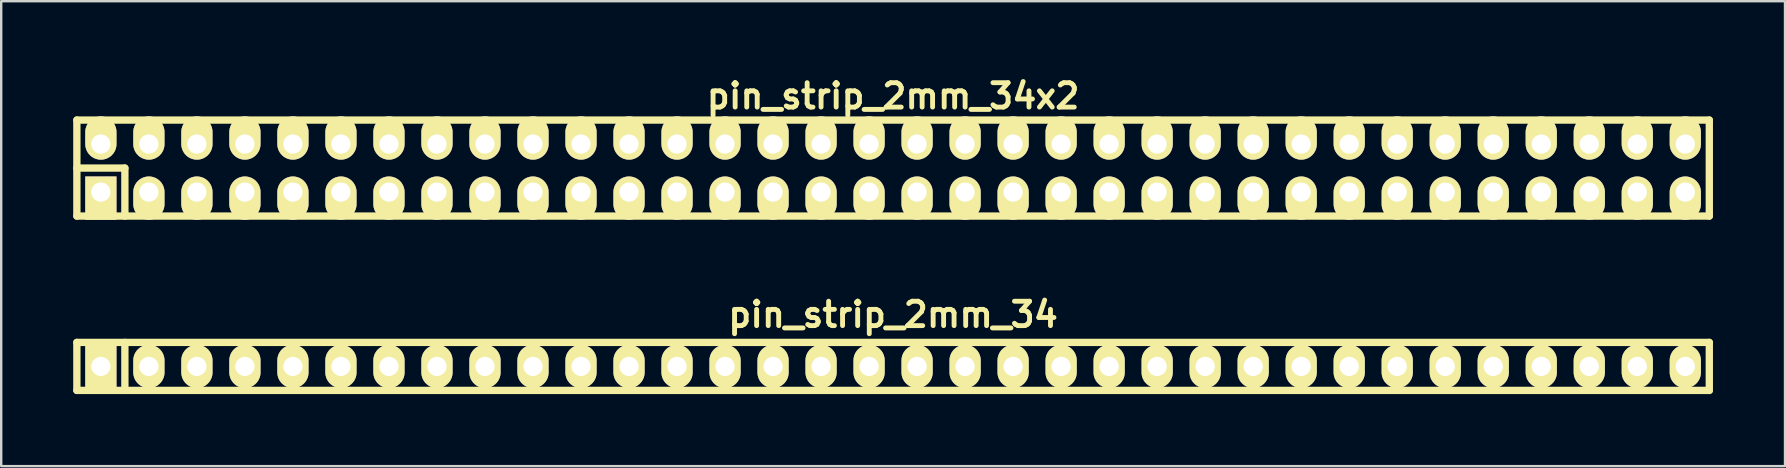
<source format=kicad_pcb>
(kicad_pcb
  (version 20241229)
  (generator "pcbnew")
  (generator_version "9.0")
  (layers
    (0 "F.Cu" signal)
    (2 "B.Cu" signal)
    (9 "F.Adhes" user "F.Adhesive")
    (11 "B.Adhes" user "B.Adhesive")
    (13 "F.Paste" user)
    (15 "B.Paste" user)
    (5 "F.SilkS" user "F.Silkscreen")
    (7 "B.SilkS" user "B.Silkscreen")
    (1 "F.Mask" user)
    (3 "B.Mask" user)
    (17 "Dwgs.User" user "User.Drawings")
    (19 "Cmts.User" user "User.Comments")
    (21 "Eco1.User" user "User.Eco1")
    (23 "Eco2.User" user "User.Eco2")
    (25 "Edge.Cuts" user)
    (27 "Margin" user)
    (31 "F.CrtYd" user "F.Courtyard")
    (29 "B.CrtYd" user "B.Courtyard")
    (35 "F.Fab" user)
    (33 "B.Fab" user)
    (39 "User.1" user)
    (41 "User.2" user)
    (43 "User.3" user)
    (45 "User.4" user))
  (footprint "pin_strip_2mm_34x2"
    (layer "F.Cu")
    (at 34.152 3.951)
    (property "Reference" "pin_strip_2mm_34x2" (at 0 -3 0) (layer "F.SilkS") (effects (font (size 1.016 1.016) (thickness 0.203))))
    (attr through_hole)
    (fp_line (start -34 -2) (end 34 -2) (stroke (width 0.305) (type solid)) (layer "F.SilkS"))
    (fp_line (start -34 0) (end -32 0) (stroke (width 0.305) (type solid)) (layer "F.SilkS"))
    (fp_line (start -34 2) (end -34 -2) (stroke (width 0.305) (type solid)) (layer "F.SilkS"))
    (fp_line (start -32 0) (end -32 2) (stroke (width 0.305) (type solid)) (layer "F.SilkS"))
    (fp_line (start 34 -2) (end 34 2) (stroke (width 0.305) (type solid)) (layer "F.SilkS"))
    (fp_line (start 34 2) (end -34 2) (stroke (width 0.305) (type solid)) (layer "F.SilkS"))
    (pad "1" thru_hole rect (at -33 1) (size 1.3 1.8) (drill 0.8 (offset 0 0.25)) (layers "*.Cu" "*.Mask" "F.SilkS"))
    (pad "2" thru_hole oval (at -33 -1) (size 1.3 1.8) (drill 0.8 (offset 0 -0.25)) (layers "*.Cu" "*.Mask" "F.SilkS"))
    (pad "3" thru_hole oval (at -31 1) (size 1.3 1.8) (drill 0.8 (offset 0 0.25)) (layers "*.Cu" "*.Mask" "F.SilkS"))
    (pad "4" thru_hole oval (at -31 -1) (size 1.3 1.8) (drill 0.8 (offset 0 -0.25)) (layers "*.Cu" "*.Mask" "F.SilkS"))
    (pad "5" thru_hole oval (at -29 1) (size 1.3 1.8) (drill 0.8 (offset 0 0.25)) (layers "*.Cu" "*.Mask" "F.SilkS"))
    (pad "6" thru_hole oval (at -29 -1) (size 1.3 1.8) (drill 0.8 (offset 0 -0.25)) (layers "*.Cu" "*.Mask" "F.SilkS"))
    (pad "7" thru_hole oval (at -27 1) (size 1.3 1.8) (drill 0.8 (offset 0 0.25)) (layers "*.Cu" "*.Mask" "F.SilkS"))
    (pad "8" thru_hole oval (at -27 -1) (size 1.3 1.8) (drill 0.8 (offset 0 -0.25)) (layers "*.Cu" "*.Mask" "F.SilkS"))
    (pad "9" thru_hole oval (at -25 1) (size 1.3 1.8) (drill 0.8 (offset 0 0.25)) (layers "*.Cu" "*.Mask" "F.SilkS"))
    (pad "10" thru_hole oval (at -25 -1) (size 1.3 1.8) (drill 0.8 (offset 0 -0.25)) (layers "*.Cu" "*.Mask" "F.SilkS"))
    (pad "11" thru_hole oval (at -23 1) (size 1.3 1.8) (drill 0.8 (offset 0 0.25)) (layers "*.Cu" "*.Mask" "F.SilkS"))
    (pad "12" thru_hole oval (at -23 -1) (size 1.3 1.8) (drill 0.8 (offset 0 -0.25)) (layers "*.Cu" "*.Mask" "F.SilkS"))
    (pad "13" thru_hole oval (at -21 1) (size 1.3 1.8) (drill 0.8 (offset 0 0.25)) (layers "*.Cu" "*.Mask" "F.SilkS"))
    (pad "14" thru_hole oval (at -21 -1) (size 1.3 1.8) (drill 0.8 (offset 0 -0.25)) (layers "*.Cu" "*.Mask" "F.SilkS"))
    (pad "15" thru_hole oval (at -19 1) (size 1.3 1.8) (drill 0.8 (offset 0 0.25)) (layers "*.Cu" "*.Mask" "F.SilkS"))
    (pad "16" thru_hole oval (at -19 -1) (size 1.3 1.8) (drill 0.8 (offset 0 -0.25)) (layers "*.Cu" "*.Mask" "F.SilkS"))
    (pad "17" thru_hole oval (at -17 1) (size 1.3 1.8) (drill 0.8 (offset 0 0.25)) (layers "*.Cu" "*.Mask" "F.SilkS"))
    (pad "18" thru_hole oval (at -17 -1) (size 1.3 1.8) (drill 0.8 (offset 0 -0.25)) (layers "*.Cu" "*.Mask" "F.SilkS"))
    (pad "19" thru_hole oval (at -15 1) (size 1.3 1.8) (drill 0.8 (offset 0 0.25)) (layers "*.Cu" "*.Mask" "F.SilkS"))
    (pad "20" thru_hole oval (at -15 -1) (size 1.3 1.8) (drill 0.8 (offset 0 -0.25)) (layers "*.Cu" "*.Mask" "F.SilkS"))
    (pad "21" thru_hole oval (at -13 1) (size 1.3 1.8) (drill 0.8 (offset 0 0.25)) (layers "*.Cu" "*.Mask" "F.SilkS"))
    (pad "22" thru_hole oval (at -13 -1) (size 1.3 1.8) (drill 0.8 (offset 0 -0.25)) (layers "*.Cu" "*.Mask" "F.SilkS"))
    (pad "23" thru_hole oval (at -11 1) (size 1.3 1.8) (drill 0.8 (offset 0 0.25)) (layers "*.Cu" "*.Mask" "F.SilkS"))
    (pad "24" thru_hole oval (at -11 -1) (size 1.3 1.8) (drill 0.8 (offset 0 -0.25)) (layers "*.Cu" "*.Mask" "F.SilkS"))
    (pad "25" thru_hole oval (at -9 1) (size 1.3 1.8) (drill 0.8 (offset 0 0.25)) (layers "*.Cu" "*.Mask" "F.SilkS"))
    (pad "26" thru_hole oval (at -9 -1) (size 1.3 1.8) (drill 0.8 (offset 0 -0.25)) (layers "*.Cu" "*.Mask" "F.SilkS"))
    (pad "27" thru_hole oval (at -7 1) (size 1.3 1.8) (drill 0.8 (offset 0 0.25)) (layers "*.Cu" "*.Mask" "F.SilkS"))
    (pad "28" thru_hole oval (at -7 -1) (size 1.3 1.8) (drill 0.8 (offset 0 -0.25)) (layers "*.Cu" "*.Mask" "F.SilkS"))
    (pad "29" thru_hole oval (at -5 1) (size 1.3 1.8) (drill 0.8 (offset 0 0.25)) (layers "*.Cu" "*.Mask" "F.SilkS"))
    (pad "30" thru_hole oval (at -5 -1) (size 1.3 1.8) (drill 0.8 (offset 0 -0.25)) (layers "*.Cu" "*.Mask" "F.SilkS"))
    (pad "31" thru_hole oval (at -3 1) (size 1.3 1.8) (drill 0.8 (offset 0 0.25)) (layers "*.Cu" "*.Mask" "F.SilkS"))
    (pad "32" thru_hole oval (at -3 -1) (size 1.3 1.8) (drill 0.8 (offset 0 -0.25)) (layers "*.Cu" "*.Mask" "F.SilkS"))
    (pad "33" thru_hole oval (at -1 1) (size 1.3 1.8) (drill 0.8 (offset 0 0.25)) (layers "*.Cu" "*.Mask" "F.SilkS"))
    (pad "34" thru_hole oval (at -1 -1) (size 1.3 1.8) (drill 0.8 (offset 0 -0.25)) (layers "*.Cu" "*.Mask" "F.SilkS"))
    (pad "35" thru_hole oval (at 1 1) (size 1.3 1.8) (drill 0.8 (offset 0 0.25)) (layers "*.Cu" "*.Mask" "F.SilkS"))
    (pad "36" thru_hole oval (at 1 -1) (size 1.3 1.8) (drill 0.8 (offset 0 -0.25)) (layers "*.Cu" "*.Mask" "F.SilkS"))
    (pad "37" thru_hole oval (at 3 1) (size 1.3 1.8) (drill 0.8 (offset 0 0.25)) (layers "*.Cu" "*.Mask" "F.SilkS"))
    (pad "38" thru_hole oval (at 3 -1) (size 1.3 1.8) (drill 0.8 (offset 0 -0.25)) (layers "*.Cu" "*.Mask" "F.SilkS"))
    (pad "39" thru_hole oval (at 5 1) (size 1.3 1.8) (drill 0.8 (offset 0 0.25)) (layers "*.Cu" "*.Mask" "F.SilkS"))
    (pad "40" thru_hole oval (at 5 -1) (size 1.3 1.8) (drill 0.8 (offset 0 -0.25)) (layers "*.Cu" "*.Mask" "F.SilkS"))
    (pad "41" thru_hole oval (at 7 1) (size 1.3 1.8) (drill 0.8 (offset 0 0.25)) (layers "*.Cu" "*.Mask" "F.SilkS"))
    (pad "42" thru_hole oval (at 7 -1) (size 1.3 1.8) (drill 0.8 (offset 0 -0.25)) (layers "*.Cu" "*.Mask" "F.SilkS"))
    (pad "43" thru_hole oval (at 9 1) (size 1.3 1.8) (drill 0.8 (offset 0 0.25)) (layers "*.Cu" "*.Mask" "F.SilkS"))
    (pad "44" thru_hole oval (at 9 -1) (size 1.3 1.8) (drill 0.8 (offset 0 -0.25)) (layers "*.Cu" "*.Mask" "F.SilkS"))
    (pad "45" thru_hole oval (at 11 1) (size 1.3 1.8) (drill 0.8 (offset 0 0.25)) (layers "*.Cu" "*.Mask" "F.SilkS"))
    (pad "46" thru_hole oval (at 11 -1) (size 1.3 1.8) (drill 0.8 (offset 0 -0.25)) (layers "*.Cu" "*.Mask" "F.SilkS"))
    (pad "47" thru_hole oval (at 13 1) (size 1.3 1.8) (drill 0.8 (offset 0 0.25)) (layers "*.Cu" "*.Mask" "F.SilkS"))
    (pad "48" thru_hole oval (at 13 -1) (size 1.3 1.8) (drill 0.8 (offset 0 -0.25)) (layers "*.Cu" "*.Mask" "F.SilkS"))
    (pad "49" thru_hole oval (at 15 1) (size 1.3 1.8) (drill 0.8 (offset 0 0.25)) (layers "*.Cu" "*.Mask" "F.SilkS"))
    (pad "50" thru_hole oval (at 15 -1) (size 1.3 1.8) (drill 0.8 (offset 0 -0.25)) (layers "*.Cu" "*.Mask" "F.SilkS"))
    (pad "51" thru_hole oval (at 17 1) (size 1.3 1.8) (drill 0.8 (offset 0 0.25)) (layers "*.Cu" "*.Mask" "F.SilkS"))
    (pad "52" thru_hole oval (at 17 -1) (size 1.3 1.8) (drill 0.8 (offset 0 -0.25)) (layers "*.Cu" "*.Mask" "F.SilkS"))
    (pad "53" thru_hole oval (at 19 1) (size 1.3 1.8) (drill 0.8 (offset 0 0.25)) (layers "*.Cu" "*.Mask" "F.SilkS"))
    (pad "54" thru_hole oval (at 19 -1) (size 1.3 1.8) (drill 0.8 (offset 0 -0.25)) (layers "*.Cu" "*.Mask" "F.SilkS"))
    (pad "55" thru_hole oval (at 21 1) (size 1.3 1.8) (drill 0.8 (offset 0 0.25)) (layers "*.Cu" "*.Mask" "F.SilkS"))
    (pad "56" thru_hole oval (at 21 -1) (size 1.3 1.8) (drill 0.8 (offset 0 -0.25)) (layers "*.Cu" "*.Mask" "F.SilkS"))
    (pad "57" thru_hole oval (at 23 1) (size 1.3 1.8) (drill 0.8 (offset 0 0.25)) (layers "*.Cu" "*.Mask" "F.SilkS"))
    (pad "58" thru_hole oval (at 23 -1) (size 1.3 1.8) (drill 0.8 (offset 0 -0.25)) (layers "*.Cu" "*.Mask" "F.SilkS"))
    (pad "59" thru_hole oval (at 25 1) (size 1.3 1.8) (drill 0.8 (offset 0 0.25)) (layers "*.Cu" "*.Mask" "F.SilkS"))
    (pad "60" thru_hole oval (at 25 -1) (size 1.3 1.8) (drill 0.8 (offset 0 -0.25)) (layers "*.Cu" "*.Mask" "F.SilkS"))
    (pad "61" thru_hole oval (at 27 1) (size 1.3 1.8) (drill 0.8 (offset 0 0.25)) (layers "*.Cu" "*.Mask" "F.SilkS"))
    (pad "62" thru_hole oval (at 27 -1) (size 1.3 1.8) (drill 0.8 (offset 0 -0.25)) (layers "*.Cu" "*.Mask" "F.SilkS"))
    (pad "63" thru_hole oval (at 29 1) (size 1.3 1.8) (drill 0.8 (offset 0 0.25)) (layers "*.Cu" "*.Mask" "F.SilkS"))
    (pad "64" thru_hole oval (at 29 -1) (size 1.3 1.8) (drill 0.8 (offset 0 -0.25)) (layers "*.Cu" "*.Mask" "F.SilkS"))
    (pad "65" thru_hole oval (at 31 1) (size 1.3 1.8) (drill 0.8 (offset 0 0.25)) (layers "*.Cu" "*.Mask" "F.SilkS"))
    (pad "66" thru_hole oval (at 31 -1) (size 1.3 1.8) (drill 0.8 (offset 0 -0.25)) (layers "*.Cu" "*.Mask" "F.SilkS"))
    (pad "67" thru_hole oval (at 33 1) (size 1.3 1.8) (drill 0.8 (offset 0 0.25)) (layers "*.Cu" "*.Mask" "F.SilkS"))
    (pad "68" thru_hole oval (at 33 -1) (size 1.3 1.8) (drill 0.8 (offset 0 -0.25)) (layers "*.Cu" "*.Mask" "F.SilkS")))
  (footprint "pin_strip_2mm_34"
    (layer "F.Cu")
    (at 34.152 12.213)
    (property "Reference" "pin_strip_2mm_34" (at 0 -2.159 0) (layer "F.SilkS") (effects (font (size 1.016 1.016) (thickness 0.203))))
    (attr through_hole)
    (fp_line (start -34 -1) (end 34 -1) (stroke (width 0.305) (type solid)) (layer "F.SilkS"))
    (fp_line (start -34 1) (end -34 -1) (stroke (width 0.305) (type solid)) (layer "F.SilkS"))
    (fp_line (start -32 -1) (end -32 1) (stroke (width 0.305) (type solid)) (layer "F.SilkS"))
    (fp_line (start 34 -1) (end 34 1) (stroke (width 0.305) (type solid)) (layer "F.SilkS"))
    (fp_line (start 34 1) (end -34 1) (stroke (width 0.305) (type solid)) (layer "F.SilkS"))
    (pad "1" thru_hole rect (at -33 0) (size 1.3 1.8) (drill 0.8) (layers "*.Cu" "*.Mask" "F.SilkS"))
    (pad "2" thru_hole oval (at -31 0) (size 1.3 1.8) (drill 0.8) (layers "*.Cu" "*.Mask" "F.SilkS"))
    (pad "3" thru_hole oval (at -29 0) (size 1.3 1.8) (drill 0.8) (layers "*.Cu" "*.Mask" "F.SilkS"))
    (pad "4" thru_hole oval (at -27 0) (size 1.3 1.8) (drill 0.8) (layers "*.Cu" "*.Mask" "F.SilkS"))
    (pad "5" thru_hole oval (at -25 0) (size 1.3 1.8) (drill 0.8) (layers "*.Cu" "*.Mask" "F.SilkS"))
    (pad "6" thru_hole oval (at -23 0) (size 1.3 1.8) (drill 0.8) (layers "*.Cu" "*.Mask" "F.SilkS"))
    (pad "7" thru_hole oval (at -21 0) (size 1.3 1.8) (drill 0.8) (layers "*.Cu" "*.Mask" "F.SilkS"))
    (pad "8" thru_hole oval (at -19 0) (size 1.3 1.8) (drill 0.8) (layers "*.Cu" "*.Mask" "F.SilkS"))
    (pad "9" thru_hole oval (at -17 0) (size 1.3 1.8) (drill 0.8) (layers "*.Cu" "*.Mask" "F.SilkS"))
    (pad "10" thru_hole oval (at -15 0) (size 1.3 1.8) (drill 0.8) (layers "*.Cu" "*.Mask" "F.SilkS"))
    (pad "11" thru_hole oval (at -13 0) (size 1.3 1.8) (drill 0.8) (layers "*.Cu" "*.Mask" "F.SilkS"))
    (pad "12" thru_hole oval (at -11 0) (size 1.3 1.8) (drill 0.8) (layers "*.Cu" "*.Mask" "F.SilkS"))
    (pad "13" thru_hole oval (at -9 0) (size 1.3 1.8) (drill 0.8) (layers "*.Cu" "*.Mask" "F.SilkS"))
    (pad "14" thru_hole oval (at -7 0) (size 1.3 1.8) (drill 0.8) (layers "*.Cu" "*.Mask" "F.SilkS"))
    (pad "15" thru_hole oval (at -5 0) (size 1.3 1.8) (drill 0.8) (layers "*.Cu" "*.Mask" "F.SilkS"))
    (pad "16" thru_hole oval (at -3 0) (size 1.3 1.8) (drill 0.8) (layers "*.Cu" "*.Mask" "F.SilkS"))
    (pad "17" thru_hole oval (at -1 0) (size 1.3 1.8) (drill 0.8) (layers "*.Cu" "*.Mask" "F.SilkS"))
    (pad "18" thru_hole oval (at 1 0) (size 1.3 1.8) (drill 0.8) (layers "*.Cu" "*.Mask" "F.SilkS"))
    (pad "19" thru_hole oval (at 3 0) (size 1.3 1.8) (drill 0.8) (layers "*.Cu" "*.Mask" "F.SilkS"))
    (pad "20" thru_hole oval (at 5 0) (size 1.3 1.8) (drill 0.8) (layers "*.Cu" "*.Mask" "F.SilkS"))
    (pad "21" thru_hole oval (at 7 0) (size 1.3 1.8) (drill 0.8) (layers "*.Cu" "*.Mask" "F.SilkS"))
    (pad "22" thru_hole oval (at 9 0) (size 1.3 1.8) (drill 0.8) (layers "*.Cu" "*.Mask" "F.SilkS"))
    (pad "23" thru_hole oval (at 11 0) (size 1.3 1.8) (drill 0.8) (layers "*.Cu" "*.Mask" "F.SilkS"))
    (pad "24" thru_hole oval (at 13 0) (size 1.3 1.8) (drill 0.8) (layers "*.Cu" "*.Mask" "F.SilkS"))
    (pad "25" thru_hole oval (at 15 0) (size 1.3 1.8) (drill 0.8) (layers "*.Cu" "*.Mask" "F.SilkS"))
    (pad "26" thru_hole oval (at 17 0) (size 1.3 1.8) (drill 0.8) (layers "*.Cu" "*.Mask" "F.SilkS"))
    (pad "27" thru_hole oval (at 19 0) (size 1.3 1.8) (drill 0.8) (layers "*.Cu" "*.Mask" "F.SilkS"))
    (pad "28" thru_hole oval (at 21 0) (size 1.3 1.8) (drill 0.8) (layers "*.Cu" "*.Mask" "F.SilkS"))
    (pad "29" thru_hole oval (at 23 0) (size 1.3 1.8) (drill 0.8) (layers "*.Cu" "*.Mask" "F.SilkS"))
    (pad "30" thru_hole oval (at 25 0) (size 1.3 1.8) (drill 0.8) (layers "*.Cu" "*.Mask" "F.SilkS"))
    (pad "31" thru_hole oval (at 27 0) (size 1.3 1.8) (drill 0.8) (layers "*.Cu" "*.Mask" "F.SilkS"))
    (pad "32" thru_hole oval (at 29 0) (size 1.3 1.8) (drill 0.8) (layers "*.Cu" "*.Mask" "F.SilkS"))
    (pad "33" thru_hole oval (at 31 0) (size 1.3 1.8) (drill 0.8) (layers "*.Cu" "*.Mask" "F.SilkS"))
    (pad "34" thru_hole oval (at 33 0) (size 1.3 1.8) (drill 0.8) (layers "*.Cu" "*.Mask" "F.SilkS")))
  (gr_rect
    (start -3 -3)
    (end 71.305 16.366)
    (stroke (width 0.1) (type default))
    (fill no)
    (layer "Edge.Cuts")))
</source>
